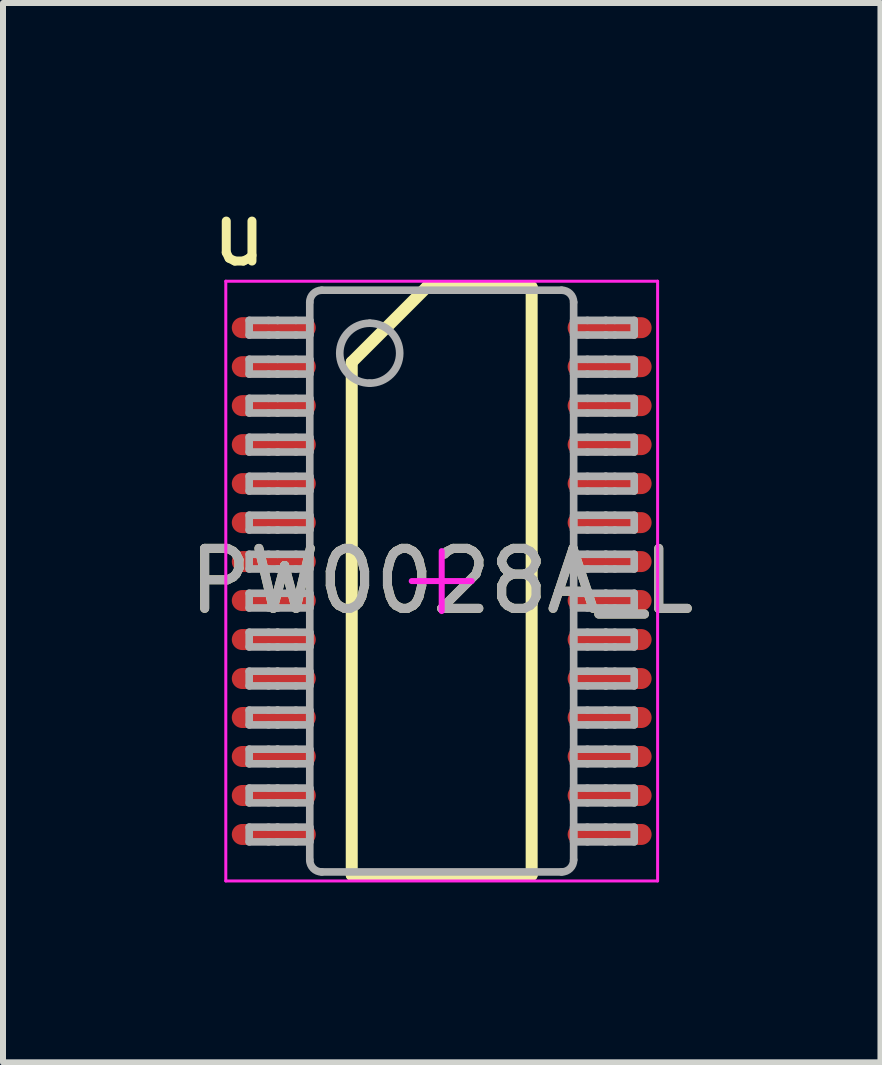
<source format=kicad_pcb>
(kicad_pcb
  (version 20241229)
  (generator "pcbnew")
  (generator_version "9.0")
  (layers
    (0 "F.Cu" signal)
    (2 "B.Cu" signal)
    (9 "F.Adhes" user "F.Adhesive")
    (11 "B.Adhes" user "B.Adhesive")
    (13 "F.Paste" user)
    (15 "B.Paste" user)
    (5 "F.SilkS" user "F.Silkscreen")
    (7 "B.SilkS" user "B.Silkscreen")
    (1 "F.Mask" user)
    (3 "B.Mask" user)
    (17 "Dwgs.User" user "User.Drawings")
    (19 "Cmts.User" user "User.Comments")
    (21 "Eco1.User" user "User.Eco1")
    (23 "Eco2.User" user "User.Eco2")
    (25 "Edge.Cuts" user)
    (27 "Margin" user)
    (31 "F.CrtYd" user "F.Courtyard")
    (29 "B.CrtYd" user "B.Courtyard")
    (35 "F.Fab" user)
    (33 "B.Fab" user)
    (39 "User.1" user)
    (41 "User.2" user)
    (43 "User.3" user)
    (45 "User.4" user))
  (footprint "PW0028A_L"
    (layer "F.Cu")
    (at 4.315 6.639)
    (property "Reference" "PW0028A_L" (at 0 0 0) (unlocked yes) (layer "F.SilkS") (effects (font (size 1 1) (thickness 0.15))))
    (attr smd)
    (fp_line (start -1.5 -3.65) (end -0.25 -4.9) (stroke (width 0.2) (type solid)) (layer "F.SilkS"))
    (fp_line (start -1.5 4.9) (end -1.5 -3.65) (stroke (width 0.2) (type solid)) (layer "F.SilkS"))
    (fp_line (start -1.5 4.9) (end 1.5 4.9) (stroke (width 0.2) (type solid)) (layer "F.SilkS"))
    (fp_line (start -0.25 -4.9) (end 1.5 -4.9) (stroke (width 0.2) (type solid)) (layer "F.SilkS"))
    (fp_line (start 1.5 4.9) (end 1.5 -4.9) (stroke (width 0.2) (type solid)) (layer "F.SilkS"))
    (fp_line (start -3.6 -5) (end 3.6 -5) (stroke (width 0.05) (type solid)) (layer "F.CrtYd"))
    (fp_line (start -3.6 5) (end -3.6 -5) (stroke (width 0.05) (type solid)) (layer "F.CrtYd"))
    (fp_line (start -3.6 5) (end 3.6 5) (stroke (width 0.05) (type solid)) (layer "F.CrtYd"))
    (fp_line (start -0.5 0) (end 0.5 0) (stroke (width 0.1) (type solid)) (layer "F.CrtYd"))
    (fp_line (start 0 0.5) (end 0 -0.5) (stroke (width 0.1) (type solid)) (layer "F.CrtYd"))
    (fp_line (start 3.6 5) (end 3.6 -5) (stroke (width 0.05) (type solid)) (layer "F.CrtYd"))
    (fp_line (start -3.21 -4.347) (end -2.887 -4.347) (stroke (width 0.127) (type solid)) (layer "F.Fab"))
    (fp_line (start -3.21 -4.103) (end -3.21 -4.347) (stroke (width 0.127) (type solid)) (layer "F.Fab"))
    (fp_line (start -3.21 -4.103) (end -2.887 -4.103) (stroke (width 0.127) (type solid)) (layer "F.Fab"))
    (fp_line (start -3.21 -3.698) (end -2.887 -3.698) (stroke (width 0.127) (type solid)) (layer "F.Fab"))
    (fp_line (start -3.21 -3.452) (end -3.21 -3.698) (stroke (width 0.127) (type solid)) (layer "F.Fab"))
    (fp_line (start -3.21 -3.452) (end -2.887 -3.452) (stroke (width 0.127) (type solid)) (layer "F.Fab"))
    (fp_line (start -3.21 -3.047) (end -2.887 -3.047) (stroke (width 0.127) (type solid)) (layer "F.Fab"))
    (fp_line (start -3.21 -2.803) (end -3.21 -3.047) (stroke (width 0.127) (type solid)) (layer "F.Fab"))
    (fp_line (start -3.21 -2.803) (end -2.887 -2.803) (stroke (width 0.127) (type solid)) (layer "F.Fab"))
    (fp_line (start -3.21 -2.398) (end -2.887 -2.398) (stroke (width 0.127) (type solid)) (layer "F.Fab"))
    (fp_line (start -3.21 -2.152) (end -3.21 -2.398) (stroke (width 0.127) (type solid)) (layer "F.Fab"))
    (fp_line (start -3.21 -2.152) (end -2.887 -2.152) (stroke (width 0.127) (type solid)) (layer "F.Fab"))
    (fp_line (start -3.21 -1.747) (end -2.887 -1.747) (stroke (width 0.127) (type solid)) (layer "F.Fab"))
    (fp_line (start -3.21 -1.502) (end -3.21 -1.747) (stroke (width 0.127) (type solid)) (layer "F.Fab"))
    (fp_line (start -3.21 -1.502) (end -2.887 -1.502) (stroke (width 0.127) (type solid)) (layer "F.Fab"))
    (fp_line (start -3.21 -1.098) (end -2.887 -1.098) (stroke (width 0.127) (type solid)) (layer "F.Fab"))
    (fp_line (start -3.21 -0.852) (end -3.21 -1.098) (stroke (width 0.127) (type solid)) (layer "F.Fab"))
    (fp_line (start -3.21 -0.852) (end -2.887 -0.852) (stroke (width 0.127) (type solid)) (layer "F.Fab"))
    (fp_line (start -3.21 -0.447) (end -2.887 -0.447) (stroke (width 0.127) (type solid)) (layer "F.Fab"))
    (fp_line (start -3.21 -0.202) (end -3.21 -0.447) (stroke (width 0.127) (type solid)) (layer "F.Fab"))
    (fp_line (start -3.21 -0.202) (end -2.887 -0.202) (stroke (width 0.127) (type solid)) (layer "F.Fab"))
    (fp_line (start -3.21 0.203) (end -2.887 0.203) (stroke (width 0.127) (type solid)) (layer "F.Fab"))
    (fp_line (start -3.21 0.448) (end -3.21 0.203) (stroke (width 0.127) (type solid)) (layer "F.Fab"))
    (fp_line (start -3.21 0.448) (end -2.887 0.448) (stroke (width 0.127) (type solid)) (layer "F.Fab"))
    (fp_line (start -3.21 0.853) (end -2.887 0.853) (stroke (width 0.127) (type solid)) (layer "F.Fab"))
    (fp_line (start -3.21 1.098) (end -3.21 0.853) (stroke (width 0.127) (type solid)) (layer "F.Fab"))
    (fp_line (start -3.21 1.098) (end -2.887 1.098) (stroke (width 0.127) (type solid)) (layer "F.Fab"))
    (fp_line (start -3.21 1.503) (end -2.887 1.503) (stroke (width 0.127) (type solid)) (layer "F.Fab"))
    (fp_line (start -3.21 1.747) (end -3.21 1.503) (stroke (width 0.127) (type solid)) (layer "F.Fab"))
    (fp_line (start -3.21 1.747) (end -2.887 1.747) (stroke (width 0.127) (type solid)) (layer "F.Fab"))
    (fp_line (start -3.21 2.152) (end -2.887 2.152) (stroke (width 0.127) (type solid)) (layer "F.Fab"))
    (fp_line (start -3.21 2.398) (end -3.21 2.152) (stroke (width 0.127) (type solid)) (layer "F.Fab"))
    (fp_line (start -3.21 2.398) (end -2.887 2.398) (stroke (width 0.127) (type solid)) (layer "F.Fab"))
    (fp_line (start -3.21 2.803) (end -2.887 2.803) (stroke (width 0.127) (type solid)) (layer "F.Fab"))
    (fp_line (start -3.21 3.047) (end -3.21 2.803) (stroke (width 0.127) (type solid)) (layer "F.Fab"))
    (fp_line (start -3.21 3.047) (end -2.887 3.047) (stroke (width 0.127) (type solid)) (layer "F.Fab"))
    (fp_line (start -3.21 3.452) (end -2.887 3.452) (stroke (width 0.127) (type solid)) (layer "F.Fab"))
    (fp_line (start -3.21 3.698) (end -3.21 3.452) (stroke (width 0.127) (type solid)) (layer "F.Fab"))
    (fp_line (start -3.21 3.698) (end -2.887 3.698) (stroke (width 0.127) (type solid)) (layer "F.Fab"))
    (fp_line (start -3.21 4.103) (end -2.887 4.103) (stroke (width 0.127) (type solid)) (layer "F.Fab"))
    (fp_line (start -3.21 4.348) (end -3.21 4.103) (stroke (width 0.127) (type solid)) (layer "F.Fab"))
    (fp_line (start -3.21 4.348) (end -2.887 4.348) (stroke (width 0.127) (type solid)) (layer "F.Fab"))
    (fp_line (start -2.887 -4.347) (end -2.739 -4.347) (stroke (width 0.127) (type solid)) (layer "F.Fab"))
    (fp_line (start -2.887 -4.103) (end -2.739 -4.103) (stroke (width 0.127) (type solid)) (layer "F.Fab"))
    (fp_line (start -2.887 -3.698) (end -2.739 -3.698) (stroke (width 0.127) (type solid)) (layer "F.Fab"))
    (fp_line (start -2.887 -3.452) (end -2.739 -3.452) (stroke (width 0.127) (type solid)) (layer "F.Fab"))
    (fp_line (start -2.887 -3.047) (end -2.739 -3.047) (stroke (width 0.127) (type solid)) (layer "F.Fab"))
    (fp_line (start -2.887 -2.803) (end -2.739 -2.803) (stroke (width 0.127) (type solid)) (layer "F.Fab"))
    (fp_line (start -2.887 -2.398) (end -2.739 -2.398) (stroke (width 0.127) (type solid)) (layer "F.Fab"))
    (fp_line (start -2.887 -2.152) (end -2.739 -2.152) (stroke (width 0.127) (type solid)) (layer "F.Fab"))
    (fp_line (start -2.887 -1.747) (end -2.739 -1.747) (stroke (width 0.127) (type solid)) (layer "F.Fab"))
    (fp_line (start -2.887 -1.502) (end -2.739 -1.502) (stroke (width 0.127) (type solid)) (layer "F.Fab"))
    (fp_line (start -2.887 -1.098) (end -2.739 -1.098) (stroke (width 0.127) (type solid)) (layer "F.Fab"))
    (fp_line (start -2.887 -0.852) (end -2.739 -0.852) (stroke (width 0.127) (type solid)) (layer "F.Fab"))
    (fp_line (start -2.887 -0.447) (end -2.739 -0.447) (stroke (width 0.127) (type solid)) (layer "F.Fab"))
    (fp_line (start -2.887 -0.202) (end -2.739 -0.202) (stroke (width 0.127) (type solid)) (layer "F.Fab"))
    (fp_line (start -2.887 0.203) (end -2.739 0.203) (stroke (width 0.127) (type solid)) (layer "F.Fab"))
    (fp_line (start -2.887 0.448) (end -2.739 0.448) (stroke (width 0.127) (type solid)) (layer "F.Fab"))
    (fp_line (start -2.887 0.853) (end -2.739 0.853) (stroke (width 0.127) (type solid)) (layer "F.Fab"))
    (fp_line (start -2.887 1.098) (end -2.739 1.098) (stroke (width 0.127) (type solid)) (layer "F.Fab"))
    (fp_line (start -2.887 1.503) (end -2.739 1.503) (stroke (width 0.127) (type solid)) (layer "F.Fab"))
    (fp_line (start -2.887 1.747) (end -2.739 1.747) (stroke (width 0.127) (type solid)) (layer "F.Fab"))
    (fp_line (start -2.887 2.152) (end -2.739 2.152) (stroke (width 0.127) (type solid)) (layer "F.Fab"))
    (fp_line (start -2.887 2.398) (end -2.739 2.398) (stroke (width 0.127) (type solid)) (layer "F.Fab"))
    (fp_line (start -2.887 2.803) (end -2.739 2.803) (stroke (width 0.127) (type solid)) (layer "F.Fab"))
    (fp_line (start -2.887 3.047) (end -2.739 3.047) (stroke (width 0.127) (type solid)) (layer "F.Fab"))
    (fp_line (start -2.887 3.452) (end -2.739 3.452) (stroke (width 0.127) (type solid)) (layer "F.Fab"))
    (fp_line (start -2.887 3.698) (end -2.739 3.698) (stroke (width 0.127) (type solid)) (layer "F.Fab"))
    (fp_line (start -2.887 4.103) (end -2.739 4.103) (stroke (width 0.127) (type solid)) (layer "F.Fab"))
    (fp_line (start -2.887 4.348) (end -2.739 4.348) (stroke (width 0.127) (type solid)) (layer "F.Fab"))
    (fp_line (start -2.739 -4.347) (end -2.733 -4.347) (stroke (width 0.127) (type solid)) (layer "F.Fab"))
    (fp_line (start -2.739 -4.103) (end -2.733 -4.103) (stroke (width 0.127) (type solid)) (layer "F.Fab"))
    (fp_line (start -2.739 -3.698) (end -2.733 -3.698) (stroke (width 0.127) (type solid)) (layer "F.Fab"))
    (fp_line (start -2.739 -3.452) (end -2.733 -3.452) (stroke (width 0.127) (type solid)) (layer "F.Fab"))
    (fp_line (start -2.739 -3.047) (end -2.733 -3.047) (stroke (width 0.127) (type solid)) (layer "F.Fab"))
    (fp_line (start -2.739 -2.803) (end -2.733 -2.803) (stroke (width 0.127) (type solid)) (layer "F.Fab"))
    (fp_line (start -2.739 -2.398) (end -2.733 -2.398) (stroke (width 0.127) (type solid)) (layer "F.Fab"))
    (fp_line (start -2.739 -2.152) (end -2.733 -2.152) (stroke (width 0.127) (type solid)) (layer "F.Fab"))
    (fp_line (start -2.739 -1.747) (end -2.733 -1.747) (stroke (width 0.127) (type solid)) (layer "F.Fab"))
    (fp_line (start -2.739 -1.502) (end -2.733 -1.502) (stroke (width 0.127) (type solid)) (layer "F.Fab"))
    (fp_line (start -2.739 -1.098) (end -2.733 -1.098) (stroke (width 0.127) (type solid)) (layer "F.Fab"))
    (fp_line (start -2.739 -0.852) (end -2.733 -0.852) (stroke (width 0.127) (type solid)) (layer "F.Fab"))
    (fp_line (start -2.739 -0.447) (end -2.733 -0.447) (stroke (width 0.127) (type solid)) (layer "F.Fab"))
    (fp_line (start -2.739 -0.202) (end -2.733 -0.202) (stroke (width 0.127) (type solid)) (layer "F.Fab"))
    (fp_line (start -2.739 0.203) (end -2.733 0.203) (stroke (width 0.127) (type solid)) (layer "F.Fab"))
    (fp_line (start -2.739 0.448) (end -2.733 0.448) (stroke (width 0.127) (type solid)) (layer "F.Fab"))
    (fp_line (start -2.739 0.853) (end -2.733 0.853) (stroke (width 0.127) (type solid)) (layer "F.Fab"))
    (fp_line (start -2.739 1.098) (end -2.733 1.098) (stroke (width 0.127) (type solid)) (layer "F.Fab"))
    (fp_line (start -2.739 1.503) (end -2.733 1.503) (stroke (width 0.127) (type solid)) (layer "F.Fab"))
    (fp_line (start -2.739 1.747) (end -2.733 1.747) (stroke (width 0.127) (type solid)) (layer "F.Fab"))
    (fp_line (start -2.739 2.152) (end -2.733 2.152) (stroke (width 0.127) (type solid)) (layer "F.Fab"))
    (fp_line (start -2.739 2.398) (end -2.733 2.398) (stroke (width 0.127) (type solid)) (layer "F.Fab"))
    (fp_line (start -2.739 2.803) (end -2.733 2.803) (stroke (width 0.127) (type solid)) (layer "F.Fab"))
    (fp_line (start -2.739 3.047) (end -2.733 3.047) (stroke (width 0.127) (type solid)) (layer "F.Fab"))
    (fp_line (start -2.739 3.452) (end -2.733 3.452) (stroke (width 0.127) (type solid)) (layer "F.Fab"))
    (fp_line (start -2.739 3.698) (end -2.733 3.698) (stroke (width 0.127) (type solid)) (layer "F.Fab"))
    (fp_line (start -2.739 4.103) (end -2.733 4.103) (stroke (width 0.127) (type solid)) (layer "F.Fab"))
    (fp_line (start -2.739 4.348) (end -2.733 4.348) (stroke (width 0.127) (type solid)) (layer "F.Fab"))
    (fp_line (start -2.733 -4.347) (end -2.431 -4.347) (stroke (width 0.127) (type solid)) (layer "F.Fab"))
    (fp_line (start -2.733 -4.103) (end -2.431 -4.103) (stroke (width 0.127) (type solid)) (layer "F.Fab"))
    (fp_line (start -2.733 -3.698) (end -2.431 -3.698) (stroke (width 0.127) (type solid)) (layer "F.Fab"))
    (fp_line (start -2.733 -3.452) (end -2.431 -3.452) (stroke (width 0.127) (type solid)) (layer "F.Fab"))
    (fp_line (start -2.733 -3.047) (end -2.431 -3.047) (stroke (width 0.127) (type solid)) (layer "F.Fab"))
    (fp_line (start -2.733 -2.803) (end -2.431 -2.803) (stroke (width 0.127) (type solid)) (layer "F.Fab"))
    (fp_line (start -2.733 -2.398) (end -2.431 -2.398) (stroke (width 0.127) (type solid)) (layer "F.Fab"))
    (fp_line (start -2.733 -2.152) (end -2.431 -2.152) (stroke (width 0.127) (type solid)) (layer "F.Fab"))
    (fp_line (start -2.733 -1.747) (end -2.431 -1.747) (stroke (width 0.127) (type solid)) (layer "F.Fab"))
    (fp_line (start -2.733 -1.502) (end -2.431 -1.502) (stroke (width 0.127) (type solid)) (layer "F.Fab"))
    (fp_line (start -2.733 -1.098) (end -2.431 -1.098) (stroke (width 0.127) (type solid)) (layer "F.Fab"))
    (fp_line (start -2.733 -0.852) (end -2.431 -0.852) (stroke (width 0.127) (type solid)) (layer "F.Fab"))
    (fp_line (start -2.733 -0.447) (end -2.431 -0.447) (stroke (width 0.127) (type solid)) (layer "F.Fab"))
    (fp_line (start -2.733 -0.202) (end -2.431 -0.202) (stroke (width 0.127) (type solid)) (layer "F.Fab"))
    (fp_line (start -2.733 0.203) (end -2.431 0.203) (stroke (width 0.127) (type solid)) (layer "F.Fab"))
    (fp_line (start -2.733 0.448) (end -2.431 0.448) (stroke (width 0.127) (type solid)) (layer "F.Fab"))
    (fp_line (start -2.733 0.853) (end -2.431 0.853) (stroke (width 0.127) (type solid)) (layer "F.Fab"))
    (fp_line (start -2.733 1.098) (end -2.431 1.098) (stroke (width 0.127) (type solid)) (layer "F.Fab"))
    (fp_line (start -2.733 1.503) (end -2.431 1.503) (stroke (width 0.127) (type solid)) (layer "F.Fab"))
    (fp_line (start -2.733 1.747) (end -2.431 1.747) (stroke (width 0.127) (type solid)) (layer "F.Fab"))
    (fp_line (start -2.733 2.152) (end -2.431 2.152) (stroke (width 0.127) (type solid)) (layer "F.Fab"))
    (fp_line (start -2.733 2.398) (end -2.431 2.398) (stroke (width 0.127) (type solid)) (layer "F.Fab"))
    (fp_line (start -2.733 2.803) (end -2.431 2.803) (stroke (width 0.127) (type solid)) (layer "F.Fab"))
    (fp_line (start -2.733 3.047) (end -2.431 3.047) (stroke (width 0.127) (type solid)) (layer "F.Fab"))
    (fp_line (start -2.733 3.452) (end -2.431 3.452) (stroke (width 0.127) (type solid)) (layer "F.Fab"))
    (fp_line (start -2.733 3.698) (end -2.431 3.698) (stroke (width 0.127) (type solid)) (layer "F.Fab"))
    (fp_line (start -2.733 4.103) (end -2.431 4.103) (stroke (width 0.127) (type solid)) (layer "F.Fab"))
    (fp_line (start -2.733 4.348) (end -2.431 4.348) (stroke (width 0.127) (type solid)) (layer "F.Fab"))
    (fp_line (start -2.431 -4.347) (end -2.2 -4.347) (stroke (width 0.127) (type solid)) (layer "F.Fab"))
    (fp_line (start -2.431 -4.103) (end -2.2 -4.103) (stroke (width 0.127) (type solid)) (layer "F.Fab"))
    (fp_line (start -2.431 -3.698) (end -2.2 -3.698) (stroke (width 0.127) (type solid)) (layer "F.Fab"))
    (fp_line (start -2.431 -3.452) (end -2.2 -3.452) (stroke (width 0.127) (type solid)) (layer "F.Fab"))
    (fp_line (start -2.431 -3.047) (end -2.2 -3.047) (stroke (width 0.127) (type solid)) (layer "F.Fab"))
    (fp_line (start -2.431 -2.803) (end -2.2 -2.803) (stroke (width 0.127) (type solid)) (layer "F.Fab"))
    (fp_line (start -2.431 -2.398) (end -2.2 -2.398) (stroke (width 0.127) (type solid)) (layer "F.Fab"))
    (fp_line (start -2.431 -2.152) (end -2.2 -2.152) (stroke (width 0.127) (type solid)) (layer "F.Fab"))
    (fp_line (start -2.431 -1.747) (end -2.2 -1.747) (stroke (width 0.127) (type solid)) (layer "F.Fab"))
    (fp_line (start -2.431 -1.502) (end -2.2 -1.502) (stroke (width 0.127) (type solid)) (layer "F.Fab"))
    (fp_line (start -2.431 -1.098) (end -2.2 -1.098) (stroke (width 0.127) (type solid)) (layer "F.Fab"))
    (fp_line (start -2.431 -0.852) (end -2.2 -0.852) (stroke (width 0.127) (type solid)) (layer "F.Fab"))
    (fp_line (start -2.431 -0.447) (end -2.2 -0.447) (stroke (width 0.127) (type solid)) (layer "F.Fab"))
    (fp_line (start -2.431 -0.202) (end -2.2 -0.202) (stroke (width 0.127) (type solid)) (layer "F.Fab"))
    (fp_line (start -2.431 0.203) (end -2.2 0.203) (stroke (width 0.127) (type solid)) (layer "F.Fab"))
    (fp_line (start -2.431 0.448) (end -2.2 0.448) (stroke (width 0.127) (type solid)) (layer "F.Fab"))
    (fp_line (start -2.431 0.853) (end -2.2 0.853) (stroke (width 0.127) (type solid)) (layer "F.Fab"))
    (fp_line (start -2.431 1.098) (end -2.2 1.098) (stroke (width 0.127) (type solid)) (layer "F.Fab"))
    (fp_line (start -2.431 1.503) (end -2.2 1.503) (stroke (width 0.127) (type solid)) (layer "F.Fab"))
    (fp_line (start -2.431 1.747) (end -2.2 1.747) (stroke (width 0.127) (type solid)) (layer "F.Fab"))
    (fp_line (start -2.431 2.152) (end -2.2 2.152) (stroke (width 0.127) (type solid)) (layer "F.Fab"))
    (fp_line (start -2.431 2.398) (end -2.2 2.398) (stroke (width 0.127) (type solid)) (layer "F.Fab"))
    (fp_line (start -2.431 2.803) (end -2.2 2.803) (stroke (width 0.127) (type solid)) (layer "F.Fab"))
    (fp_line (start -2.431 3.047) (end -2.2 3.047) (stroke (width 0.127) (type solid)) (layer "F.Fab"))
    (fp_line (start -2.431 3.452) (end -2.2 3.452) (stroke (width 0.127) (type solid)) (layer "F.Fab"))
    (fp_line (start -2.431 3.698) (end -2.2 3.698) (stroke (width 0.127) (type solid)) (layer "F.Fab"))
    (fp_line (start -2.431 4.103) (end -2.2 4.103) (stroke (width 0.127) (type solid)) (layer "F.Fab"))
    (fp_line (start -2.431 4.348) (end -2.2 4.348) (stroke (width 0.127) (type solid)) (layer "F.Fab"))
    (fp_line (start -2.2 -4.103) (end -2.2 -4.347) (stroke (width 0.127) (type solid)) (layer "F.Fab"))
    (fp_line (start -2.2 -3.452) (end -2.2 -3.698) (stroke (width 0.127) (type solid)) (layer "F.Fab"))
    (fp_line (start -2.2 -2.803) (end -2.2 -3.047) (stroke (width 0.127) (type solid)) (layer "F.Fab"))
    (fp_line (start -2.2 -2.152) (end -2.2 -2.398) (stroke (width 0.127) (type solid)) (layer "F.Fab"))
    (fp_line (start -2.2 -1.502) (end -2.2 -1.747) (stroke (width 0.127) (type solid)) (layer "F.Fab"))
    (fp_line (start -2.2 -0.852) (end -2.2 -1.098) (stroke (width 0.127) (type solid)) (layer "F.Fab"))
    (fp_line (start -2.2 -0.202) (end -2.2 -0.447) (stroke (width 0.127) (type solid)) (layer "F.Fab"))
    (fp_line (start -2.2 0.448) (end -2.2 0.203) (stroke (width 0.127) (type solid)) (layer "F.Fab"))
    (fp_line (start -2.2 1.098) (end -2.2 0.853) (stroke (width 0.127) (type solid)) (layer "F.Fab"))
    (fp_line (start -2.2 1.747) (end -2.2 1.503) (stroke (width 0.127) (type solid)) (layer "F.Fab"))
    (fp_line (start -2.2 2.398) (end -2.2 2.152) (stroke (width 0.127) (type solid)) (layer "F.Fab"))
    (fp_line (start -2.2 3.047) (end -2.2 2.803) (stroke (width 0.127) (type solid)) (layer "F.Fab"))
    (fp_line (start -2.2 3.698) (end -2.2 3.452) (stroke (width 0.127) (type solid)) (layer "F.Fab"))
    (fp_line (start -2.2 4.348) (end -2.2 4.103) (stroke (width 0.127) (type solid)) (layer "F.Fab"))
    (fp_line (start -2.2 4.65) (end -2.2 -4.65) (stroke (width 0.127) (type solid)) (layer "F.Fab"))
    (fp_line (start -2 -4.85) (end 2 -4.85) (stroke (width 0.127) (type solid)) (layer "F.Fab"))
    (fp_line (start -2 4.85) (end 2 4.85) (stroke (width 0.127) (type solid)) (layer "F.Fab"))
    (fp_line (start 2.2 -4.347) (end 2.43 -4.347) (stroke (width 0.127) (type solid)) (layer "F.Fab"))
    (fp_line (start 2.2 -4.103) (end 2.2 -4.347) (stroke (width 0.127) (type solid)) (layer "F.Fab"))
    (fp_line (start 2.2 -4.103) (end 2.43 -4.103) (stroke (width 0.127) (type solid)) (layer "F.Fab"))
    (fp_line (start 2.2 -3.698) (end 2.43 -3.698) (stroke (width 0.127) (type solid)) (layer "F.Fab"))
    (fp_line (start 2.2 -3.452) (end 2.2 -3.698) (stroke (width 0.127) (type solid)) (layer "F.Fab"))
    (fp_line (start 2.2 -3.452) (end 2.43 -3.452) (stroke (width 0.127) (type solid)) (layer "F.Fab"))
    (fp_line (start 2.2 -3.047) (end 2.43 -3.047) (stroke (width 0.127) (type solid)) (layer "F.Fab"))
    (fp_line (start 2.2 -2.803) (end 2.2 -3.047) (stroke (width 0.127) (type solid)) (layer "F.Fab"))
    (fp_line (start 2.2 -2.803) (end 2.43 -2.803) (stroke (width 0.127) (type solid)) (layer "F.Fab"))
    (fp_line (start 2.2 -2.398) (end 2.43 -2.398) (stroke (width 0.127) (type solid)) (layer "F.Fab"))
    (fp_line (start 2.2 -2.152) (end 2.2 -2.398) (stroke (width 0.127) (type solid)) (layer "F.Fab"))
    (fp_line (start 2.2 -2.152) (end 2.43 -2.152) (stroke (width 0.127) (type solid)) (layer "F.Fab"))
    (fp_line (start 2.2 -1.747) (end 2.43 -1.747) (stroke (width 0.127) (type solid)) (layer "F.Fab"))
    (fp_line (start 2.2 -1.502) (end 2.2 -1.747) (stroke (width 0.127) (type solid)) (layer "F.Fab"))
    (fp_line (start 2.2 -1.502) (end 2.43 -1.502) (stroke (width 0.127) (type solid)) (layer "F.Fab"))
    (fp_line (start 2.2 -1.098) (end 2.43 -1.098) (stroke (width 0.127) (type solid)) (layer "F.Fab"))
    (fp_line (start 2.2 -0.852) (end 2.2 -1.098) (stroke (width 0.127) (type solid)) (layer "F.Fab"))
    (fp_line (start 2.2 -0.852) (end 2.43 -0.852) (stroke (width 0.127) (type solid)) (layer "F.Fab"))
    (fp_line (start 2.2 -0.447) (end 2.43 -0.447) (stroke (width 0.127) (type solid)) (layer "F.Fab"))
    (fp_line (start 2.2 -0.202) (end 2.2 -0.447) (stroke (width 0.127) (type solid)) (layer "F.Fab"))
    (fp_line (start 2.2 -0.202) (end 2.43 -0.202) (stroke (width 0.127) (type solid)) (layer "F.Fab"))
    (fp_line (start 2.2 0.203) (end 2.43 0.203) (stroke (width 0.127) (type solid)) (layer "F.Fab"))
    (fp_line (start 2.2 0.448) (end 2.2 0.203) (stroke (width 0.127) (type solid)) (layer "F.Fab"))
    (fp_line (start 2.2 0.448) (end 2.43 0.448) (stroke (width 0.127) (type solid)) (layer "F.Fab"))
    (fp_line (start 2.2 0.853) (end 2.43 0.853) (stroke (width 0.127) (type solid)) (layer "F.Fab"))
    (fp_line (start 2.2 1.098) (end 2.2 0.853) (stroke (width 0.127) (type solid)) (layer "F.Fab"))
    (fp_line (start 2.2 1.098) (end 2.43 1.098) (stroke (width 0.127) (type solid)) (layer "F.Fab"))
    (fp_line (start 2.2 1.503) (end 2.43 1.503) (stroke (width 0.127) (type solid)) (layer "F.Fab"))
    (fp_line (start 2.2 1.747) (end 2.2 1.503) (stroke (width 0.127) (type solid)) (layer "F.Fab"))
    (fp_line (start 2.2 1.747) (end 2.43 1.747) (stroke (width 0.127) (type solid)) (layer "F.Fab"))
    (fp_line (start 2.2 2.152) (end 2.43 2.152) (stroke (width 0.127) (type solid)) (layer "F.Fab"))
    (fp_line (start 2.2 2.398) (end 2.2 2.152) (stroke (width 0.127) (type solid)) (layer "F.Fab"))
    (fp_line (start 2.2 2.398) (end 2.43 2.398) (stroke (width 0.127) (type solid)) (layer "F.Fab"))
    (fp_line (start 2.2 2.803) (end 2.43 2.803) (stroke (width 0.127) (type solid)) (layer "F.Fab"))
    (fp_line (start 2.2 3.047) (end 2.2 2.803) (stroke (width 0.127) (type solid)) (layer "F.Fab"))
    (fp_line (start 2.2 3.047) (end 2.43 3.047) (stroke (width 0.127) (type solid)) (layer "F.Fab"))
    (fp_line (start 2.2 3.452) (end 2.43 3.452) (stroke (width 0.127) (type solid)) (layer "F.Fab"))
    (fp_line (start 2.2 3.698) (end 2.2 3.452) (stroke (width 0.127) (type solid)) (layer "F.Fab"))
    (fp_line (start 2.2 3.698) (end 2.43 3.698) (stroke (width 0.127) (type solid)) (layer "F.Fab"))
    (fp_line (start 2.2 4.103) (end 2.43 4.103) (stroke (width 0.127) (type solid)) (layer "F.Fab"))
    (fp_line (start 2.2 4.348) (end 2.2 4.103) (stroke (width 0.127) (type solid)) (layer "F.Fab"))
    (fp_line (start 2.2 4.348) (end 2.43 4.348) (stroke (width 0.127) (type solid)) (layer "F.Fab"))
    (fp_line (start 2.2 4.65) (end 2.2 -4.65) (stroke (width 0.127) (type solid)) (layer "F.Fab"))
    (fp_line (start 2.43 -4.347) (end 2.733 -4.347) (stroke (width 0.127) (type solid)) (layer "F.Fab"))
    (fp_line (start 2.43 -4.103) (end 2.733 -4.103) (stroke (width 0.127) (type solid)) (layer "F.Fab"))
    (fp_line (start 2.43 -3.698) (end 2.733 -3.698) (stroke (width 0.127) (type solid)) (layer "F.Fab"))
    (fp_line (start 2.43 -3.452) (end 2.733 -3.452) (stroke (width 0.127) (type solid)) (layer "F.Fab"))
    (fp_line (start 2.43 -3.047) (end 2.733 -3.047) (stroke (width 0.127) (type solid)) (layer "F.Fab"))
    (fp_line (start 2.43 -2.803) (end 2.733 -2.803) (stroke (width 0.127) (type solid)) (layer "F.Fab"))
    (fp_line (start 2.43 -2.398) (end 2.733 -2.398) (stroke (width 0.127) (type solid)) (layer "F.Fab"))
    (fp_line (start 2.43 -2.152) (end 2.733 -2.152) (stroke (width 0.127) (type solid)) (layer "F.Fab"))
    (fp_line (start 2.43 -1.747) (end 2.733 -1.747) (stroke (width 0.127) (type solid)) (layer "F.Fab"))
    (fp_line (start 2.43 -1.502) (end 2.733 -1.502) (stroke (width 0.127) (type solid)) (layer "F.Fab"))
    (fp_line (start 2.43 -1.098) (end 2.733 -1.098) (stroke (width 0.127) (type solid)) (layer "F.Fab"))
    (fp_line (start 2.43 -0.852) (end 2.733 -0.852) (stroke (width 0.127) (type solid)) (layer "F.Fab"))
    (fp_line (start 2.43 -0.447) (end 2.733 -0.447) (stroke (width 0.127) (type solid)) (layer "F.Fab"))
    (fp_line (start 2.43 -0.202) (end 2.733 -0.202) (stroke (width 0.127) (type solid)) (layer "F.Fab"))
    (fp_line (start 2.43 0.203) (end 2.733 0.203) (stroke (width 0.127) (type solid)) (layer "F.Fab"))
    (fp_line (start 2.43 0.448) (end 2.733 0.448) (stroke (width 0.127) (type solid)) (layer "F.Fab"))
    (fp_line (start 2.43 0.853) (end 2.733 0.853) (stroke (width 0.127) (type solid)) (layer "F.Fab"))
    (fp_line (start 2.43 1.098) (end 2.733 1.098) (stroke (width 0.127) (type solid)) (layer "F.Fab"))
    (fp_line (start 2.43 1.503) (end 2.733 1.503) (stroke (width 0.127) (type solid)) (layer "F.Fab"))
    (fp_line (start 2.43 1.747) (end 2.733 1.747) (stroke (width 0.127) (type solid)) (layer "F.Fab"))
    (fp_line (start 2.43 2.152) (end 2.733 2.152) (stroke (width 0.127) (type solid)) (layer "F.Fab"))
    (fp_line (start 2.43 2.398) (end 2.733 2.398) (stroke (width 0.127) (type solid)) (layer "F.Fab"))
    (fp_line (start 2.43 2.803) (end 2.733 2.803) (stroke (width 0.127) (type solid)) (layer "F.Fab"))
    (fp_line (start 2.43 3.047) (end 2.733 3.047) (stroke (width 0.127) (type solid)) (layer "F.Fab"))
    (fp_line (start 2.43 3.452) (end 2.733 3.452) (stroke (width 0.127) (type solid)) (layer "F.Fab"))
    (fp_line (start 2.43 3.698) (end 2.733 3.698) (stroke (width 0.127) (type solid)) (layer "F.Fab"))
    (fp_line (start 2.43 4.103) (end 2.733 4.103) (stroke (width 0.127) (type solid)) (layer "F.Fab"))
    (fp_line (start 2.43 4.348) (end 2.733 4.348) (stroke (width 0.127) (type solid)) (layer "F.Fab"))
    (fp_line (start 2.733 -4.347) (end 2.739 -4.347) (stroke (width 0.127) (type solid)) (layer "F.Fab"))
    (fp_line (start 2.733 -4.103) (end 2.739 -4.103) (stroke (width 0.127) (type solid)) (layer "F.Fab"))
    (fp_line (start 2.733 -3.698) (end 2.739 -3.698) (stroke (width 0.127) (type solid)) (layer "F.Fab"))
    (fp_line (start 2.733 -3.452) (end 2.739 -3.452) (stroke (width 0.127) (type solid)) (layer "F.Fab"))
    (fp_line (start 2.733 -3.047) (end 2.739 -3.047) (stroke (width 0.127) (type solid)) (layer "F.Fab"))
    (fp_line (start 2.733 -2.803) (end 2.739 -2.803) (stroke (width 0.127) (type solid)) (layer "F.Fab"))
    (fp_line (start 2.733 -2.398) (end 2.739 -2.398) (stroke (width 0.127) (type solid)) (layer "F.Fab"))
    (fp_line (start 2.733 -2.152) (end 2.739 -2.152) (stroke (width 0.127) (type solid)) (layer "F.Fab"))
    (fp_line (start 2.733 -1.747) (end 2.739 -1.747) (stroke (width 0.127) (type solid)) (layer "F.Fab"))
    (fp_line (start 2.733 -1.502) (end 2.739 -1.502) (stroke (width 0.127) (type solid)) (layer "F.Fab"))
    (fp_line (start 2.733 -1.098) (end 2.739 -1.098) (stroke (width 0.127) (type solid)) (layer "F.Fab"))
    (fp_line (start 2.733 -0.852) (end 2.739 -0.852) (stroke (width 0.127) (type solid)) (layer "F.Fab"))
    (fp_line (start 2.733 -0.447) (end 2.739 -0.447) (stroke (width 0.127) (type solid)) (layer "F.Fab"))
    (fp_line (start 2.733 -0.202) (end 2.739 -0.202) (stroke (width 0.127) (type solid)) (layer "F.Fab"))
    (fp_line (start 2.733 0.203) (end 2.739 0.203) (stroke (width 0.127) (type solid)) (layer "F.Fab"))
    (fp_line (start 2.733 0.448) (end 2.739 0.448) (stroke (width 0.127) (type solid)) (layer "F.Fab"))
    (fp_line (start 2.733 0.853) (end 2.739 0.853) (stroke (width 0.127) (type solid)) (layer "F.Fab"))
    (fp_line (start 2.733 1.098) (end 2.739 1.098) (stroke (width 0.127) (type solid)) (layer "F.Fab"))
    (fp_line (start 2.733 1.503) (end 2.739 1.503) (stroke (width 0.127) (type solid)) (layer "F.Fab"))
    (fp_line (start 2.733 1.747) (end 2.739 1.747) (stroke (width 0.127) (type solid)) (layer "F.Fab"))
    (fp_line (start 2.733 2.152) (end 2.739 2.152) (stroke (width 0.127) (type solid)) (layer "F.Fab"))
    (fp_line (start 2.733 2.398) (end 2.739 2.398) (stroke (width 0.127) (type solid)) (layer "F.Fab"))
    (fp_line (start 2.733 2.803) (end 2.739 2.803) (stroke (width 0.127) (type solid)) (layer "F.Fab"))
    (fp_line (start 2.733 3.047) (end 2.739 3.047) (stroke (width 0.127) (type solid)) (layer "F.Fab"))
    (fp_line (start 2.733 3.452) (end 2.739 3.452) (stroke (width 0.127) (type solid)) (layer "F.Fab"))
    (fp_line (start 2.733 3.698) (end 2.739 3.698) (stroke (width 0.127) (type solid)) (layer "F.Fab"))
    (fp_line (start 2.733 4.103) (end 2.739 4.103) (stroke (width 0.127) (type solid)) (layer "F.Fab"))
    (fp_line (start 2.733 4.348) (end 2.739 4.348) (stroke (width 0.127) (type solid)) (layer "F.Fab"))
    (fp_line (start 2.739 -4.347) (end 2.887 -4.347) (stroke (width 0.127) (type solid)) (layer "F.Fab"))
    (fp_line (start 2.739 -4.103) (end 2.887 -4.103) (stroke (width 0.127) (type solid)) (layer "F.Fab"))
    (fp_line (start 2.739 -3.698) (end 2.887 -3.698) (stroke (width 0.127) (type solid)) (layer "F.Fab"))
    (fp_line (start 2.739 -3.452) (end 2.887 -3.452) (stroke (width 0.127) (type solid)) (layer "F.Fab"))
    (fp_line (start 2.739 -3.047) (end 2.887 -3.047) (stroke (width 0.127) (type solid)) (layer "F.Fab"))
    (fp_line (start 2.739 -2.803) (end 2.887 -2.803) (stroke (width 0.127) (type solid)) (layer "F.Fab"))
    (fp_line (start 2.739 -2.398) (end 2.887 -2.398) (stroke (width 0.127) (type solid)) (layer "F.Fab"))
    (fp_line (start 2.739 -2.152) (end 2.887 -2.152) (stroke (width 0.127) (type solid)) (layer "F.Fab"))
    (fp_line (start 2.739 -1.747) (end 2.887 -1.747) (stroke (width 0.127) (type solid)) (layer "F.Fab"))
    (fp_line (start 2.739 -1.502) (end 2.887 -1.502) (stroke (width 0.127) (type solid)) (layer "F.Fab"))
    (fp_line (start 2.739 -1.098) (end 2.887 -1.098) (stroke (width 0.127) (type solid)) (layer "F.Fab"))
    (fp_line (start 2.739 -0.852) (end 2.887 -0.852) (stroke (width 0.127) (type solid)) (layer "F.Fab"))
    (fp_line (start 2.739 -0.447) (end 2.887 -0.447) (stroke (width 0.127) (type solid)) (layer "F.Fab"))
    (fp_line (start 2.739 -0.202) (end 2.887 -0.202) (stroke (width 0.127) (type solid)) (layer "F.Fab"))
    (fp_line (start 2.739 0.203) (end 2.887 0.203) (stroke (width 0.127) (type solid)) (layer "F.Fab"))
    (fp_line (start 2.739 0.448) (end 2.887 0.448) (stroke (width 0.127) (type solid)) (layer "F.Fab"))
    (fp_line (start 2.739 0.853) (end 2.887 0.853) (stroke (width 0.127) (type solid)) (layer "F.Fab"))
    (fp_line (start 2.739 1.098) (end 2.887 1.098) (stroke (width 0.127) (type solid)) (layer "F.Fab"))
    (fp_line (start 2.739 1.503) (end 2.887 1.503) (stroke (width 0.127) (type solid)) (layer "F.Fab"))
    (fp_line (start 2.739 1.747) (end 2.887 1.747) (stroke (width 0.127) (type solid)) (layer "F.Fab"))
    (fp_line (start 2.739 2.152) (end 2.887 2.152) (stroke (width 0.127) (type solid)) (layer "F.Fab"))
    (fp_line (start 2.739 2.398) (end 2.887 2.398) (stroke (width 0.127) (type solid)) (layer "F.Fab"))
    (fp_line (start 2.739 2.803) (end 2.887 2.803) (stroke (width 0.127) (type solid)) (layer "F.Fab"))
    (fp_line (start 2.739 3.047) (end 2.887 3.047) (stroke (width 0.127) (type solid)) (layer "F.Fab"))
    (fp_line (start 2.739 3.452) (end 2.887 3.452) (stroke (width 0.127) (type solid)) (layer "F.Fab"))
    (fp_line (start 2.739 3.698) (end 2.887 3.698) (stroke (width 0.127) (type solid)) (layer "F.Fab"))
    (fp_line (start 2.739 4.103) (end 2.887 4.103) (stroke (width 0.127) (type solid)) (layer "F.Fab"))
    (fp_line (start 2.739 4.348) (end 2.887 4.348) (stroke (width 0.127) (type solid)) (layer "F.Fab"))
    (fp_line (start 2.887 -4.347) (end 3.21 -4.347) (stroke (width 0.127) (type solid)) (layer "F.Fab"))
    (fp_line (start 2.887 -4.103) (end 3.21 -4.103) (stroke (width 0.127) (type solid)) (layer "F.Fab"))
    (fp_line (start 2.887 -3.698) (end 3.21 -3.698) (stroke (width 0.127) (type solid)) (layer "F.Fab"))
    (fp_line (start 2.887 -3.452) (end 3.21 -3.452) (stroke (width 0.127) (type solid)) (layer "F.Fab"))
    (fp_line (start 2.887 -3.047) (end 3.21 -3.047) (stroke (width 0.127) (type solid)) (layer "F.Fab"))
    (fp_line (start 2.887 -2.803) (end 3.21 -2.803) (stroke (width 0.127) (type solid)) (layer "F.Fab"))
    (fp_line (start 2.887 -2.398) (end 3.21 -2.398) (stroke (width 0.127) (type solid)) (layer "F.Fab"))
    (fp_line (start 2.887 -2.152) (end 3.21 -2.152) (stroke (width 0.127) (type solid)) (layer "F.Fab"))
    (fp_line (start 2.887 -1.747) (end 3.21 -1.747) (stroke (width 0.127) (type solid)) (layer "F.Fab"))
    (fp_line (start 2.887 -1.502) (end 3.21 -1.502) (stroke (width 0.127) (type solid)) (layer "F.Fab"))
    (fp_line (start 2.887 -1.098) (end 3.21 -1.098) (stroke (width 0.127) (type solid)) (layer "F.Fab"))
    (fp_line (start 2.887 -0.852) (end 3.21 -0.852) (stroke (width 0.127) (type solid)) (layer "F.Fab"))
    (fp_line (start 2.887 -0.447) (end 3.21 -0.447) (stroke (width 0.127) (type solid)) (layer "F.Fab"))
    (fp_line (start 2.887 -0.202) (end 3.21 -0.202) (stroke (width 0.127) (type solid)) (layer "F.Fab"))
    (fp_line (start 2.887 0.203) (end 3.21 0.203) (stroke (width 0.127) (type solid)) (layer "F.Fab"))
    (fp_line (start 2.887 0.448) (end 3.21 0.448) (stroke (width 0.127) (type solid)) (layer "F.Fab"))
    (fp_line (start 2.887 0.853) (end 3.21 0.853) (stroke (width 0.127) (type solid)) (layer "F.Fab"))
    (fp_line (start 2.887 1.098) (end 3.21 1.098) (stroke (width 0.127) (type solid)) (layer "F.Fab"))
    (fp_line (start 2.887 1.503) (end 3.21 1.503) (stroke (width 0.127) (type solid)) (layer "F.Fab"))
    (fp_line (start 2.887 1.747) (end 3.21 1.747) (stroke (width 0.127) (type solid)) (layer "F.Fab"))
    (fp_line (start 2.887 2.152) (end 3.21 2.152) (stroke (width 0.127) (type solid)) (layer "F.Fab"))
    (fp_line (start 2.887 2.398) (end 3.21 2.398) (stroke (width 0.127) (type solid)) (layer "F.Fab"))
    (fp_line (start 2.887 2.803) (end 3.21 2.803) (stroke (width 0.127) (type solid)) (layer "F.Fab"))
    (fp_line (start 2.887 3.047) (end 3.21 3.047) (stroke (width 0.127) (type solid)) (layer "F.Fab"))
    (fp_line (start 2.887 3.452) (end 3.21 3.452) (stroke (width 0.127) (type solid)) (layer "F.Fab"))
    (fp_line (start 2.887 3.698) (end 3.21 3.698) (stroke (width 0.127) (type solid)) (layer "F.Fab"))
    (fp_line (start 2.887 4.103) (end 3.21 4.103) (stroke (width 0.127) (type solid)) (layer "F.Fab"))
    (fp_line (start 2.887 4.348) (end 3.21 4.348) (stroke (width 0.127) (type solid)) (layer "F.Fab"))
    (fp_line (start 3.21 -4.103) (end 3.21 -4.347) (stroke (width 0.127) (type solid)) (layer "F.Fab"))
    (fp_line (start 3.21 -3.452) (end 3.21 -3.698) (stroke (width 0.127) (type solid)) (layer "F.Fab"))
    (fp_line (start 3.21 -2.803) (end 3.21 -3.047) (stroke (width 0.127) (type solid)) (layer "F.Fab"))
    (fp_line (start 3.21 -2.152) (end 3.21 -2.398) (stroke (width 0.127) (type solid)) (layer "F.Fab"))
    (fp_line (start 3.21 -1.502) (end 3.21 -1.747) (stroke (width 0.127) (type solid)) (layer "F.Fab"))
    (fp_line (start 3.21 -0.852) (end 3.21 -1.098) (stroke (width 0.127) (type solid)) (layer "F.Fab"))
    (fp_line (start 3.21 -0.202) (end 3.21 -0.447) (stroke (width 0.127) (type solid)) (layer "F.Fab"))
    (fp_line (start 3.21 0.448) (end 3.21 0.203) (stroke (width 0.127) (type solid)) (layer "F.Fab"))
    (fp_line (start 3.21 1.098) (end 3.21 0.853) (stroke (width 0.127) (type solid)) (layer "F.Fab"))
    (fp_line (start 3.21 1.747) (end 3.21 1.503) (stroke (width 0.127) (type solid)) (layer "F.Fab"))
    (fp_line (start 3.21 2.398) (end 3.21 2.152) (stroke (width 0.127) (type solid)) (layer "F.Fab"))
    (fp_line (start 3.21 3.047) (end 3.21 2.803) (stroke (width 0.127) (type solid)) (layer "F.Fab"))
    (fp_line (start 3.21 3.698) (end 3.21 3.452) (stroke (width 0.127) (type solid)) (layer "F.Fab"))
    (fp_line (start 3.21 4.348) (end 3.21 4.103) (stroke (width 0.127) (type solid)) (layer "F.Fab"))
    (fp_arc (start -2.200001 -4.650001) (mid -2.141422 -4.791422) (end -2.000001 -4.85) (stroke (width 0.127) (type solid)) (layer "F.Fab"))
    (fp_arc (start -2.000001 4.850006) (mid -2.141422 4.791427) (end -2.200001 4.650006) (stroke (width 0.127) (type solid)) (layer "F.Fab"))
    (fp_arc (start -1.200003 -4.299989) (mid -0.700004 -3.79999) (end -1.200003 -3.299991) (stroke (width 0.127) (type solid)) (layer "F.Fab"))
    (fp_arc (start -1.200003 -3.299991) (mid -1.700002 -3.79999) (end -1.200003 -4.299989) (stroke (width 0.127) (type solid)) (layer "F.Fab"))
    (fp_arc (start 1.999991 -4.85) (mid 2.141412 -4.791422) (end 2.199991 -4.650001) (stroke (width 0.127) (type solid)) (layer "F.Fab"))
    (fp_arc (start 2.199991 4.650006) (mid 2.141412 4.791427) (end 1.999991 4.850006) (stroke (width 0.127) (type solid)) (layer "F.Fab"))
    (fp_text user "u" (at -3.378 -5.791 0) (unlocked yes) (layer "F.SilkS") (effects (font (size 1 1) (thickness 0.15))))
    (fp_text user "${REFERENCE}" (at 0 0 0) (unlocked yes) (layer "F.Fab") (effects (font (size 1 1) (thickness 0.15))))
    (pad "1" smd oval (at -2.8 -4.225 90) (size 0.35 1.4) (layers "F.Cu" "F.Mask" "F.Paste"))
    (pad "2" smd oval (at -2.8 -3.575 90) (size 0.35 1.4) (layers "F.Cu" "F.Mask" "F.Paste"))
    (pad "3" smd oval (at -2.8 -2.925 90) (size 0.35 1.4) (layers "F.Cu" "F.Mask" "F.Paste"))
    (pad "4" smd oval (at -2.8 -2.275 90) (size 0.35 1.4) (layers "F.Cu" "F.Mask" "F.Paste"))
    (pad "5" smd oval (at -2.8 -1.625 90) (size 0.35 1.4) (layers "F.Cu" "F.Mask" "F.Paste"))
    (pad "6" smd oval (at -2.8 -0.975 90) (size 0.35 1.4) (layers "F.Cu" "F.Mask" "F.Paste"))
    (pad "7" smd oval (at -2.8 -0.325 90) (size 0.35 1.4) (layers "F.Cu" "F.Mask" "F.Paste"))
    (pad "8" smd oval (at -2.8 0.325 90) (size 0.35 1.4) (layers "F.Cu" "F.Mask" "F.Paste"))
    (pad "9" smd oval (at -2.8 0.975 90) (size 0.35 1.4) (layers "F.Cu" "F.Mask" "F.Paste"))
    (pad "10" smd oval (at -2.8 1.625 90) (size 0.35 1.4) (layers "F.Cu" "F.Mask" "F.Paste"))
    (pad "11" smd oval (at -2.8 2.275 90) (size 0.35 1.4) (layers "F.Cu" "F.Mask" "F.Paste"))
    (pad "12" smd oval (at -2.8 2.925 90) (size 0.35 1.4) (layers "F.Cu" "F.Mask" "F.Paste"))
    (pad "13" smd oval (at -2.8 3.575 90) (size 0.35 1.4) (layers "F.Cu" "F.Mask" "F.Paste"))
    (pad "14" smd oval (at -2.8 4.225 90) (size 0.35 1.4) (layers "F.Cu" "F.Mask" "F.Paste"))
    (pad "15" smd oval (at 2.8 4.225 90) (size 0.35 1.4) (layers "F.Cu" "F.Mask" "F.Paste"))
    (pad "16" smd oval (at 2.8 3.575 90) (size 0.35 1.4) (layers "F.Cu" "F.Mask" "F.Paste"))
    (pad "17" smd oval (at 2.8 2.925 90) (size 0.35 1.4) (layers "F.Cu" "F.Mask" "F.Paste"))
    (pad "18" smd oval (at 2.8 2.275 90) (size 0.35 1.4) (layers "F.Cu" "F.Mask" "F.Paste"))
    (pad "19" smd oval (at 2.8 1.625 90) (size 0.35 1.4) (layers "F.Cu" "F.Mask" "F.Paste"))
    (pad "20" smd oval (at 2.8 0.975 90) (size 0.35 1.4) (layers "F.Cu" "F.Mask" "F.Paste"))
    (pad "21" smd oval (at 2.8 0.325 90) (size 0.35 1.4) (layers "F.Cu" "F.Mask" "F.Paste"))
    (pad "22" smd oval (at 2.8 -0.325 90) (size 0.35 1.4) (layers "F.Cu" "F.Mask" "F.Paste"))
    (pad "23" smd oval (at 2.8 -0.975 90) (size 0.35 1.4) (layers "F.Cu" "F.Mask" "F.Paste"))
    (pad "24" smd oval (at 2.8 -1.625 90) (size 0.35 1.4) (layers "F.Cu" "F.Mask" "F.Paste"))
    (pad "25" smd oval (at 2.8 -2.275 90) (size 0.35 1.4) (layers "F.Cu" "F.Mask" "F.Paste"))
    (pad "26" smd oval (at 2.8 -2.925 90) (size 0.35 1.4) (layers "F.Cu" "F.Mask" "F.Paste"))
    (pad "27" smd oval (at 2.8 -3.575 90) (size 0.35 1.4) (layers "F.Cu" "F.Mask" "F.Paste"))
    (pad "28" smd oval (at 2.8 -4.225 90) (size 0.35 1.4) (layers "F.Cu" "F.Mask" "F.Paste")))
  (gr_rect
    (start -3 -3)
    (end 11.631 14.664)
    (stroke (width 0.1) (type default))
    (fill no)
    (layer "Edge.Cuts")))
</source>
